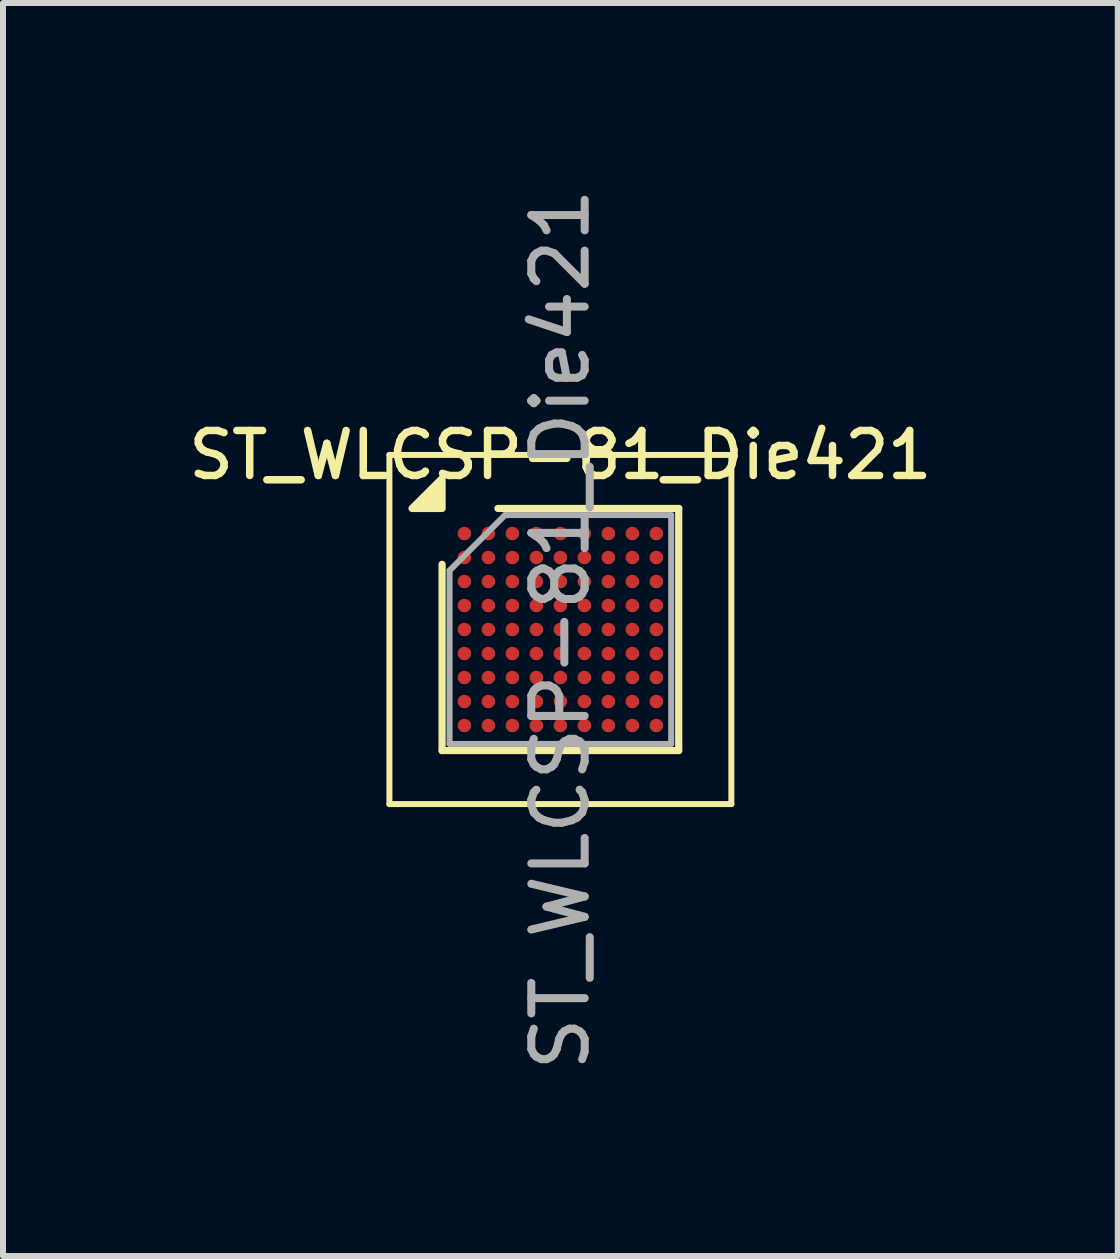
<source format=kicad_pcb>
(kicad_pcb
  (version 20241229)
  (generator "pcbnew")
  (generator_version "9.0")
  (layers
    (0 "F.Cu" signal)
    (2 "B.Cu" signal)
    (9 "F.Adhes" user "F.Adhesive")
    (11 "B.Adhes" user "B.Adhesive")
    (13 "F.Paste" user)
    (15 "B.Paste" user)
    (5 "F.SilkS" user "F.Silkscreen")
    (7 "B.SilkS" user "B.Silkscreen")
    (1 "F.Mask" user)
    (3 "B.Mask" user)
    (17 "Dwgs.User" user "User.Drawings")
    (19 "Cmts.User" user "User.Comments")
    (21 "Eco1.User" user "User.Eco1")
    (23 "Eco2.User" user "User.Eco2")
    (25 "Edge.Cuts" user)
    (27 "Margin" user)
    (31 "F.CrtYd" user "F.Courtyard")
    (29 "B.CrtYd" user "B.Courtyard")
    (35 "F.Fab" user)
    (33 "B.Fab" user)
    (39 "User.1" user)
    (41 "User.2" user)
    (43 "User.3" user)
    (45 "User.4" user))
  (footprint "ST_WLCSP-81_Die421"
    (layer "F.Cu")
    (at 6.291 7.443)
    (property "Reference" "ST_WLCSP-81_Die421" (at 0 -2.908 0) (layer "F.SilkS") (effects (font (size 0.75 0.75) (thickness 0.125))))
    (attr smd)
    (fp_line (start -2.85 -2.91) (end -2.85 2.91) (stroke (width 0.1) (type solid)) (layer "F.SilkS"))
    (fp_line (start -2.85 2.91) (end 2.85 2.91) (stroke (width 0.1) (type solid)) (layer "F.SilkS"))
    (fp_line (start -1.972 2.018) (end -1.972 -1.086) (stroke (width 0.12) (type solid)) (layer "F.SilkS"))
    (fp_line (start -1.041 -2.018) (end 1.972 -2.018) (stroke (width 0.12) (type solid)) (layer "F.SilkS"))
    (fp_line (start 1.972 -2.018) (end 1.972 2.018) (stroke (width 0.12) (type solid)) (layer "F.SilkS"))
    (fp_line (start 1.972 2.018) (end -1.972 2.018) (stroke (width 0.12) (type solid)) (layer "F.SilkS"))
    (fp_line (start 2.85 -2.91) (end -2.85 -2.91) (stroke (width 0.1) (type solid)) (layer "F.SilkS"))
    (fp_line (start 2.85 2.91) (end 2.85 -2.91) (stroke (width 0.1) (type solid)) (layer "F.SilkS"))
    (fp_poly (pts (xy -1.972 -2.018) (xy -2.473 -2.018) (xy -1.972 -2.518) (xy -1.972 -2.018)) (stroke (width 0.12) (type solid)) (fill yes) (layer "F.SilkS"))
    (fp_line (start -1.847 -0.984) (end -0.923 -1.907) (stroke (width 0.1) (type solid)) (layer "F.Fab"))
    (fp_line (start -1.847 1.907) (end -1.847 -0.984) (stroke (width 0.1) (type solid)) (layer "F.Fab"))
    (fp_line (start -0.923 -1.907) (end 1.847 -1.907) (stroke (width 0.1) (type solid)) (layer "F.Fab"))
    (fp_line (start 1.847 -1.907) (end 1.847 1.907) (stroke (width 0.1) (type solid)) (layer "F.Fab"))
    (fp_line (start 1.847 1.907) (end -1.847 1.907) (stroke (width 0.1) (type solid)) (layer "F.Fab"))
    (fp_text user "${REFERENCE}" (at 0 0 270) (layer "F.Fab") (effects (font (size 0.89 0.89) (thickness 0.134))))
    (pad "A1" smd circle (at -1.6 -1.6) (size 0.225 0.225) (property pad_prop_bga) (layers "F.Cu" "F.Mask" "F.Paste"))
    (pad "A2" smd circle (at -1.2 -1.6) (size 0.225 0.225) (property pad_prop_bga) (layers "F.Cu" "F.Mask" "F.Paste"))
    (pad "A3" smd circle (at -0.8 -1.6) (size 0.225 0.225) (property pad_prop_bga) (layers "F.Cu" "F.Mask" "F.Paste"))
    (pad "A4" smd circle (at -0.4 -1.6) (size 0.225 0.225) (property pad_prop_bga) (layers "F.Cu" "F.Mask" "F.Paste"))
    (pad "A5" smd circle (at 0 -1.6) (size 0.225 0.225) (property pad_prop_bga) (layers "F.Cu" "F.Mask" "F.Paste"))
    (pad "A6" smd circle (at 0.4 -1.6) (size 0.225 0.225) (property pad_prop_bga) (layers "F.Cu" "F.Mask" "F.Paste"))
    (pad "A7" smd circle (at 0.8 -1.6) (size 0.225 0.225) (property pad_prop_bga) (layers "F.Cu" "F.Mask" "F.Paste"))
    (pad "A8" smd circle (at 1.2 -1.6) (size 0.225 0.225) (property pad_prop_bga) (layers "F.Cu" "F.Mask" "F.Paste"))
    (pad "A9" smd circle (at 1.6 -1.6) (size 0.225 0.225) (property pad_prop_bga) (layers "F.Cu" "F.Mask" "F.Paste"))
    (pad "B1" smd circle (at -1.6 -1.2) (size 0.225 0.225) (property pad_prop_bga) (layers "F.Cu" "F.Mask" "F.Paste"))
    (pad "B2" smd circle (at -1.2 -1.2) (size 0.225 0.225) (property pad_prop_bga) (layers "F.Cu" "F.Mask" "F.Paste"))
    (pad "B3" smd circle (at -0.8 -1.2) (size 0.225 0.225) (property pad_prop_bga) (layers "F.Cu" "F.Mask" "F.Paste"))
    (pad "B4" smd circle (at -0.4 -1.2) (size 0.225 0.225) (property pad_prop_bga) (layers "F.Cu" "F.Mask" "F.Paste"))
    (pad "B5" smd circle (at 0 -1.2) (size 0.225 0.225) (property pad_prop_bga) (layers "F.Cu" "F.Mask" "F.Paste"))
    (pad "B6" smd circle (at 0.4 -1.2) (size 0.225 0.225) (property pad_prop_bga) (layers "F.Cu" "F.Mask" "F.Paste"))
    (pad "B7" smd circle (at 0.8 -1.2) (size 0.225 0.225) (property pad_prop_bga) (layers "F.Cu" "F.Mask" "F.Paste"))
    (pad "B8" smd circle (at 1.2 -1.2) (size 0.225 0.225) (property pad_prop_bga) (layers "F.Cu" "F.Mask" "F.Paste"))
    (pad "B9" smd circle (at 1.6 -1.2) (size 0.225 0.225) (property pad_prop_bga) (layers "F.Cu" "F.Mask" "F.Paste"))
    (pad "C1" smd circle (at -1.6 -0.8) (size 0.225 0.225) (property pad_prop_bga) (layers "F.Cu" "F.Mask" "F.Paste"))
    (pad "C2" smd circle (at -1.2 -0.8) (size 0.225 0.225) (property pad_prop_bga) (layers "F.Cu" "F.Mask" "F.Paste"))
    (pad "C3" smd circle (at -0.8 -0.8) (size 0.225 0.225) (property pad_prop_bga) (layers "F.Cu" "F.Mask" "F.Paste"))
    (pad "C4" smd circle (at -0.4 -0.8) (size 0.225 0.225) (property pad_prop_bga) (layers "F.Cu" "F.Mask" "F.Paste"))
    (pad "C5" smd circle (at 0 -0.8) (size 0.225 0.225) (property pad_prop_bga) (layers "F.Cu" "F.Mask" "F.Paste"))
    (pad "C6" smd circle (at 0.4 -0.8) (size 0.225 0.225) (property pad_prop_bga) (layers "F.Cu" "F.Mask" "F.Paste"))
    (pad "C7" smd circle (at 0.8 -0.8) (size 0.225 0.225) (property pad_prop_bga) (layers "F.Cu" "F.Mask" "F.Paste"))
    (pad "C8" smd circle (at 1.2 -0.8) (size 0.225 0.225) (property pad_prop_bga) (layers "F.Cu" "F.Mask" "F.Paste"))
    (pad "C9" smd circle (at 1.6 -0.8) (size 0.225 0.225) (property pad_prop_bga) (layers "F.Cu" "F.Mask" "F.Paste"))
    (pad "D1" smd circle (at -1.6 -0.4) (size 0.225 0.225) (property pad_prop_bga) (layers "F.Cu" "F.Mask" "F.Paste"))
    (pad "D2" smd circle (at -1.2 -0.4) (size 0.225 0.225) (property pad_prop_bga) (layers "F.Cu" "F.Mask" "F.Paste"))
    (pad "D3" smd circle (at -0.8 -0.4) (size 0.225 0.225) (property pad_prop_bga) (layers "F.Cu" "F.Mask" "F.Paste"))
    (pad "D4" smd circle (at -0.4 -0.4) (size 0.225 0.225) (property pad_prop_bga) (layers "F.Cu" "F.Mask" "F.Paste"))
    (pad "D5" smd circle (at 0 -0.4) (size 0.225 0.225) (property pad_prop_bga) (layers "F.Cu" "F.Mask" "F.Paste"))
    (pad "D6" smd circle (at 0.4 -0.4) (size 0.225 0.225) (property pad_prop_bga) (layers "F.Cu" "F.Mask" "F.Paste"))
    (pad "D7" smd circle (at 0.8 -0.4) (size 0.225 0.225) (property pad_prop_bga) (layers "F.Cu" "F.Mask" "F.Paste"))
    (pad "D8" smd circle (at 1.2 -0.4) (size 0.225 0.225) (property pad_prop_bga) (layers "F.Cu" "F.Mask" "F.Paste"))
    (pad "D9" smd circle (at 1.6 -0.4) (size 0.225 0.225) (property pad_prop_bga) (layers "F.Cu" "F.Mask" "F.Paste"))
    (pad "E1" smd circle (at -1.6 0) (size 0.225 0.225) (property pad_prop_bga) (layers "F.Cu" "F.Mask" "F.Paste"))
    (pad "E2" smd circle (at -1.2 0) (size 0.225 0.225) (property pad_prop_bga) (layers "F.Cu" "F.Mask" "F.Paste"))
    (pad "E3" smd circle (at -0.8 0) (size 0.225 0.225) (property pad_prop_bga) (layers "F.Cu" "F.Mask" "F.Paste"))
    (pad "E4" smd circle (at -0.4 0) (size 0.225 0.225) (property pad_prop_bga) (layers "F.Cu" "F.Mask" "F.Paste"))
    (pad "E5" smd circle (at 0 0) (size 0.225 0.225) (property pad_prop_bga) (layers "F.Cu" "F.Mask" "F.Paste"))
    (pad "E6" smd circle (at 0.4 0) (size 0.225 0.225) (property pad_prop_bga) (layers "F.Cu" "F.Mask" "F.Paste"))
    (pad "E7" smd circle (at 0.8 0) (size 0.225 0.225) (property pad_prop_bga) (layers "F.Cu" "F.Mask" "F.Paste"))
    (pad "E8" smd circle (at 1.2 0) (size 0.225 0.225) (property pad_prop_bga) (layers "F.Cu" "F.Mask" "F.Paste"))
    (pad "E9" smd circle (at 1.6 0) (size 0.225 0.225) (property pad_prop_bga) (layers "F.Cu" "F.Mask" "F.Paste"))
    (pad "F1" smd circle (at -1.6 0.4) (size 0.225 0.225) (property pad_prop_bga) (layers "F.Cu" "F.Mask" "F.Paste"))
    (pad "F2" smd circle (at -1.2 0.4) (size 0.225 0.225) (property pad_prop_bga) (layers "F.Cu" "F.Mask" "F.Paste"))
    (pad "F3" smd circle (at -0.8 0.4) (size 0.225 0.225) (property pad_prop_bga) (layers "F.Cu" "F.Mask" "F.Paste"))
    (pad "F4" smd circle (at -0.4 0.4) (size 0.225 0.225) (property pad_prop_bga) (layers "F.Cu" "F.Mask" "F.Paste"))
    (pad "F5" smd circle (at 0 0.4) (size 0.225 0.225) (property pad_prop_bga) (layers "F.Cu" "F.Mask" "F.Paste"))
    (pad "F6" smd circle (at 0.4 0.4) (size 0.225 0.225) (property pad_prop_bga) (layers "F.Cu" "F.Mask" "F.Paste"))
    (pad "F7" smd circle (at 0.8 0.4) (size 0.225 0.225) (property pad_prop_bga) (layers "F.Cu" "F.Mask" "F.Paste"))
    (pad "F8" smd circle (at 1.2 0.4) (size 0.225 0.225) (property pad_prop_bga) (layers "F.Cu" "F.Mask" "F.Paste"))
    (pad "F9" smd circle (at 1.6 0.4) (size 0.225 0.225) (property pad_prop_bga) (layers "F.Cu" "F.Mask" "F.Paste"))
    (pad "G1" smd circle (at -1.6 0.8) (size 0.225 0.225) (property pad_prop_bga) (layers "F.Cu" "F.Mask" "F.Paste"))
    (pad "G2" smd circle (at -1.2 0.8) (size 0.225 0.225) (property pad_prop_bga) (layers "F.Cu" "F.Mask" "F.Paste"))
    (pad "G3" smd circle (at -0.8 0.8) (size 0.225 0.225) (property pad_prop_bga) (layers "F.Cu" "F.Mask" "F.Paste"))
    (pad "G4" smd circle (at -0.4 0.8) (size 0.225 0.225) (property pad_prop_bga) (layers "F.Cu" "F.Mask" "F.Paste"))
    (pad "G5" smd circle (at 0 0.8) (size 0.225 0.225) (property pad_prop_bga) (layers "F.Cu" "F.Mask" "F.Paste"))
    (pad "G6" smd circle (at 0.4 0.8) (size 0.225 0.225) (property pad_prop_bga) (layers "F.Cu" "F.Mask" "F.Paste"))
    (pad "G7" smd circle (at 0.8 0.8) (size 0.225 0.225) (property pad_prop_bga) (layers "F.Cu" "F.Mask" "F.Paste"))
    (pad "G8" smd circle (at 1.2 0.8) (size 0.225 0.225) (property pad_prop_bga) (layers "F.Cu" "F.Mask" "F.Paste"))
    (pad "G9" smd circle (at 1.6 0.8) (size 0.225 0.225) (property pad_prop_bga) (layers "F.Cu" "F.Mask" "F.Paste"))
    (pad "H1" smd circle (at -1.6 1.2) (size 0.225 0.225) (property pad_prop_bga) (layers "F.Cu" "F.Mask" "F.Paste"))
    (pad "H2" smd circle (at -1.2 1.2) (size 0.225 0.225) (property pad_prop_bga) (layers "F.Cu" "F.Mask" "F.Paste"))
    (pad "H3" smd circle (at -0.8 1.2) (size 0.225 0.225) (property pad_prop_bga) (layers "F.Cu" "F.Mask" "F.Paste"))
    (pad "H4" smd circle (at -0.4 1.2) (size 0.225 0.225) (property pad_prop_bga) (layers "F.Cu" "F.Mask" "F.Paste"))
    (pad "H5" smd circle (at 0 1.2) (size 0.225 0.225) (property pad_prop_bga) (layers "F.Cu" "F.Mask" "F.Paste"))
    (pad "H6" smd circle (at 0.4 1.2) (size 0.225 0.225) (property pad_prop_bga) (layers "F.Cu" "F.Mask" "F.Paste"))
    (pad "H7" smd circle (at 0.8 1.2) (size 0.225 0.225) (property pad_prop_bga) (layers "F.Cu" "F.Mask" "F.Paste"))
    (pad "H8" smd circle (at 1.2 1.2) (size 0.225 0.225) (property pad_prop_bga) (layers "F.Cu" "F.Mask" "F.Paste"))
    (pad "H9" smd circle (at 1.6 1.2) (size 0.225 0.225) (property pad_prop_bga) (layers "F.Cu" "F.Mask" "F.Paste"))
    (pad "J1" smd circle (at -1.6 1.6) (size 0.225 0.225) (property pad_prop_bga) (layers "F.Cu" "F.Mask" "F.Paste"))
    (pad "J2" smd circle (at -1.2 1.6) (size 0.225 0.225) (property pad_prop_bga) (layers "F.Cu" "F.Mask" "F.Paste"))
    (pad "J3" smd circle (at -0.8 1.6) (size 0.225 0.225) (property pad_prop_bga) (layers "F.Cu" "F.Mask" "F.Paste"))
    (pad "J4" smd circle (at -0.4 1.6) (size 0.225 0.225) (property pad_prop_bga) (layers "F.Cu" "F.Mask" "F.Paste"))
    (pad "J5" smd circle (at 0 1.6) (size 0.225 0.225) (property pad_prop_bga) (layers "F.Cu" "F.Mask" "F.Paste"))
    (pad "J6" smd circle (at 0.4 1.6) (size 0.225 0.225) (property pad_prop_bga) (layers "F.Cu" "F.Mask" "F.Paste"))
    (pad "J7" smd circle (at 0.8 1.6) (size 0.225 0.225) (property pad_prop_bga) (layers "F.Cu" "F.Mask" "F.Paste"))
    (pad "J8" smd circle (at 1.2 1.6) (size 0.225 0.225) (property pad_prop_bga) (layers "F.Cu" "F.Mask" "F.Paste"))
    (pad "J9" smd circle (at 1.6 1.6) (size 0.225 0.225) (property pad_prop_bga) (layers "F.Cu" "F.Mask" "F.Paste")))
  (gr_rect
    (start -3 -3)
    (end 15.582 17.886)
    (stroke (width 0.1) (type default))
    (fill no)
    (layer "Edge.Cuts")))
</source>
